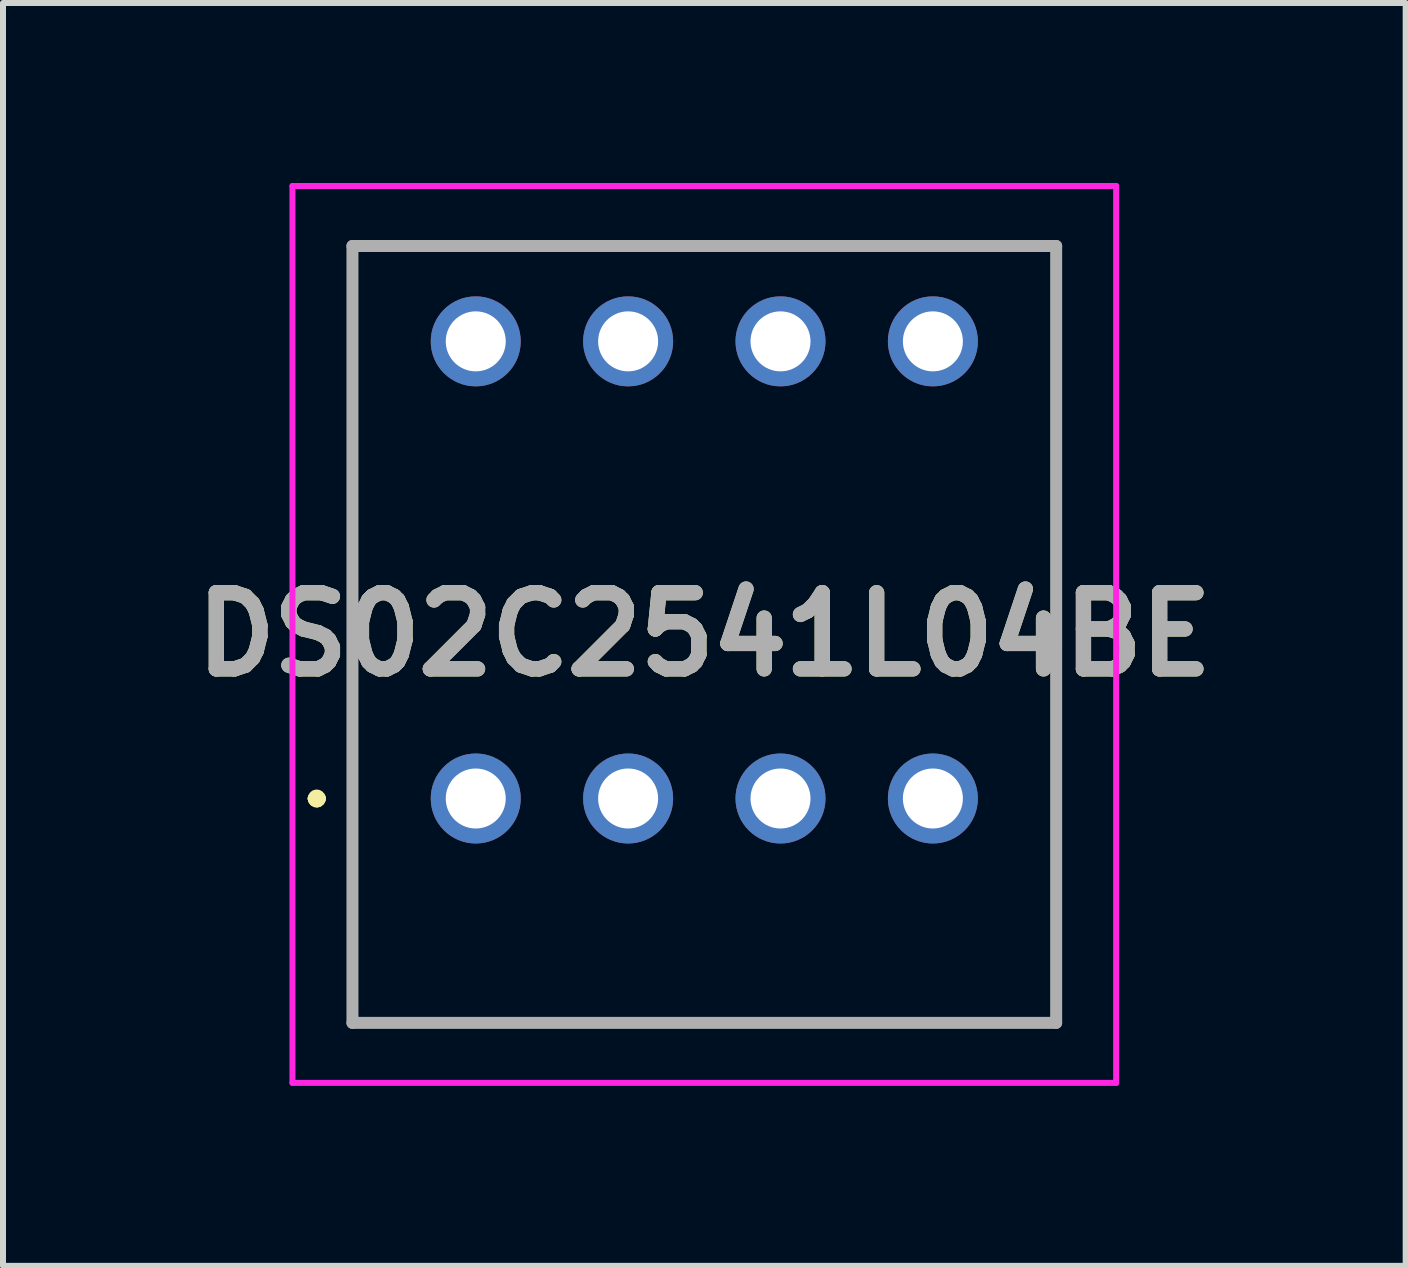
<source format=kicad_pcb>
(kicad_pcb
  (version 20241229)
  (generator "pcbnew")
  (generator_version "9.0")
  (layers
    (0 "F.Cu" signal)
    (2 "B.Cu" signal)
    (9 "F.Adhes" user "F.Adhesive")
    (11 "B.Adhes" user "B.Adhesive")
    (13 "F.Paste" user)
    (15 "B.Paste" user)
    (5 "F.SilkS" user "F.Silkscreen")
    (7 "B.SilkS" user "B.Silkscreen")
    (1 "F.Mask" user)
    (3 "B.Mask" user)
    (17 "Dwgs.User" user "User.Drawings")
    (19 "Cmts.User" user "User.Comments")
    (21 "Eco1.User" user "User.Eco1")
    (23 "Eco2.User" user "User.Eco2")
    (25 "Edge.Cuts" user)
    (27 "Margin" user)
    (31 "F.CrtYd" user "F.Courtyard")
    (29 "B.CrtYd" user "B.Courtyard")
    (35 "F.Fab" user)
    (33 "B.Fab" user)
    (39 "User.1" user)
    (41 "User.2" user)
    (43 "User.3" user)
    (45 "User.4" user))
  (footprint "DS02C2541L04BE"
    (layer "F.Cu")
    (at 4.88 10.26)
    (property "Reference" "DS02C2541L04BE" (at 3.81 -2.735 0) (layer "F.SilkS") (effects (font (size 1.27 1.27) (thickness 0.254))))
    (attr through_hole)
    (fp_line (start -2.7 0) (end -2.7 0) (stroke (width 0.2) (type solid)) (layer "F.SilkS"))
    (fp_line (start -2.7 0) (end -2.7 0) (stroke (width 0.2) (type solid)) (layer "F.SilkS"))
    (fp_line (start -2.6 0) (end -2.6 0) (stroke (width 0.2) (type solid)) (layer "F.SilkS"))
    (fp_line (start -2.055 -9.21) (end 9.675 -9.21) (stroke (width 0.1) (type solid)) (layer "F.SilkS"))
    (fp_line (start -2.055 3.74) (end -2.055 -9.21) (stroke (width 0.1) (type solid)) (layer "F.SilkS"))
    (fp_line (start 9.675 -9.21) (end 9.675 3.74) (stroke (width 0.1) (type solid)) (layer "F.SilkS"))
    (fp_line (start 9.675 3.74) (end -2.055 3.74) (stroke (width 0.1) (type solid)) (layer "F.SilkS"))
    (fp_arc (start -2.7 0) (mid -2.65 -0.05) (end -2.6 0) (stroke (width 0.2) (type solid)) (layer "F.SilkS"))
    (fp_arc (start -2.6 0) (mid -2.65 0.05) (end -2.7 0) (stroke (width 0.2) (type solid)) (layer "F.SilkS"))
    (fp_arc (start -2.6 0) (mid -2.65 0.05) (end -2.7 0) (stroke (width 0.2) (type solid)) (layer "F.SilkS"))
    (fp_line (start -3.055 -10.21) (end 10.675 -10.21) (stroke (width 0.1) (type solid)) (layer "F.CrtYd"))
    (fp_line (start -3.055 4.74) (end -3.055 -10.21) (stroke (width 0.1) (type solid)) (layer "F.CrtYd"))
    (fp_line (start 10.675 -10.21) (end 10.675 4.74) (stroke (width 0.1) (type solid)) (layer "F.CrtYd"))
    (fp_line (start 10.675 4.74) (end -3.055 4.74) (stroke (width 0.1) (type solid)) (layer "F.CrtYd"))
    (fp_line (start -2.055 -9.21) (end -2.055 3.74) (stroke (width 0.2) (type solid)) (layer "F.Fab"))
    (fp_line (start -2.055 3.74) (end 9.675 3.74) (stroke (width 0.2) (type solid)) (layer "F.Fab"))
    (fp_line (start 9.675 -9.21) (end -2.055 -9.21) (stroke (width 0.2) (type solid)) (layer "F.Fab"))
    (fp_line (start 9.675 3.74) (end 9.675 -9.21) (stroke (width 0.2) (type solid)) (layer "F.Fab"))
    (fp_text user "${REFERENCE}" (at 3.81 -2.735 0) (layer "F.Fab") (effects (font (size 1.27 1.27) (thickness 0.254))))
    (pad "1" thru_hole circle (at 0 0) (size 1.5 1.5) (drill 1) (layers "*.Cu" "*.Mask"))
    (pad "2" thru_hole circle (at 2.54 0) (size 1.5 1.5) (drill 1) (layers "*.Cu" "*.Mask"))
    (pad "3" thru_hole circle (at 5.08 0) (size 1.5 1.5) (drill 1) (layers "*.Cu" "*.Mask"))
    (pad "4" thru_hole circle (at 7.62 0) (size 1.5 1.5) (drill 1) (layers "*.Cu" "*.Mask"))
    (pad "5" thru_hole circle (at 0 -7.62) (size 1.5 1.5) (drill 1) (layers "*.Cu" "*.Mask"))
    (pad "6" thru_hole circle (at 2.54 -7.62) (size 1.5 1.5) (drill 1) (layers "*.Cu" "*.Mask"))
    (pad "7" thru_hole circle (at 5.08 -7.62) (size 1.5 1.5) (drill 1) (layers "*.Cu" "*.Mask"))
    (pad "8" thru_hole circle (at 7.62 -7.62) (size 1.5 1.5) (drill 1) (layers "*.Cu" "*.Mask")))
  (gr_rect
    (start -3 -3)
    (end 20.381 18.05)
    (stroke (width 0.1) (type default))
    (fill no)
    (layer "Edge.Cuts")))
</source>
